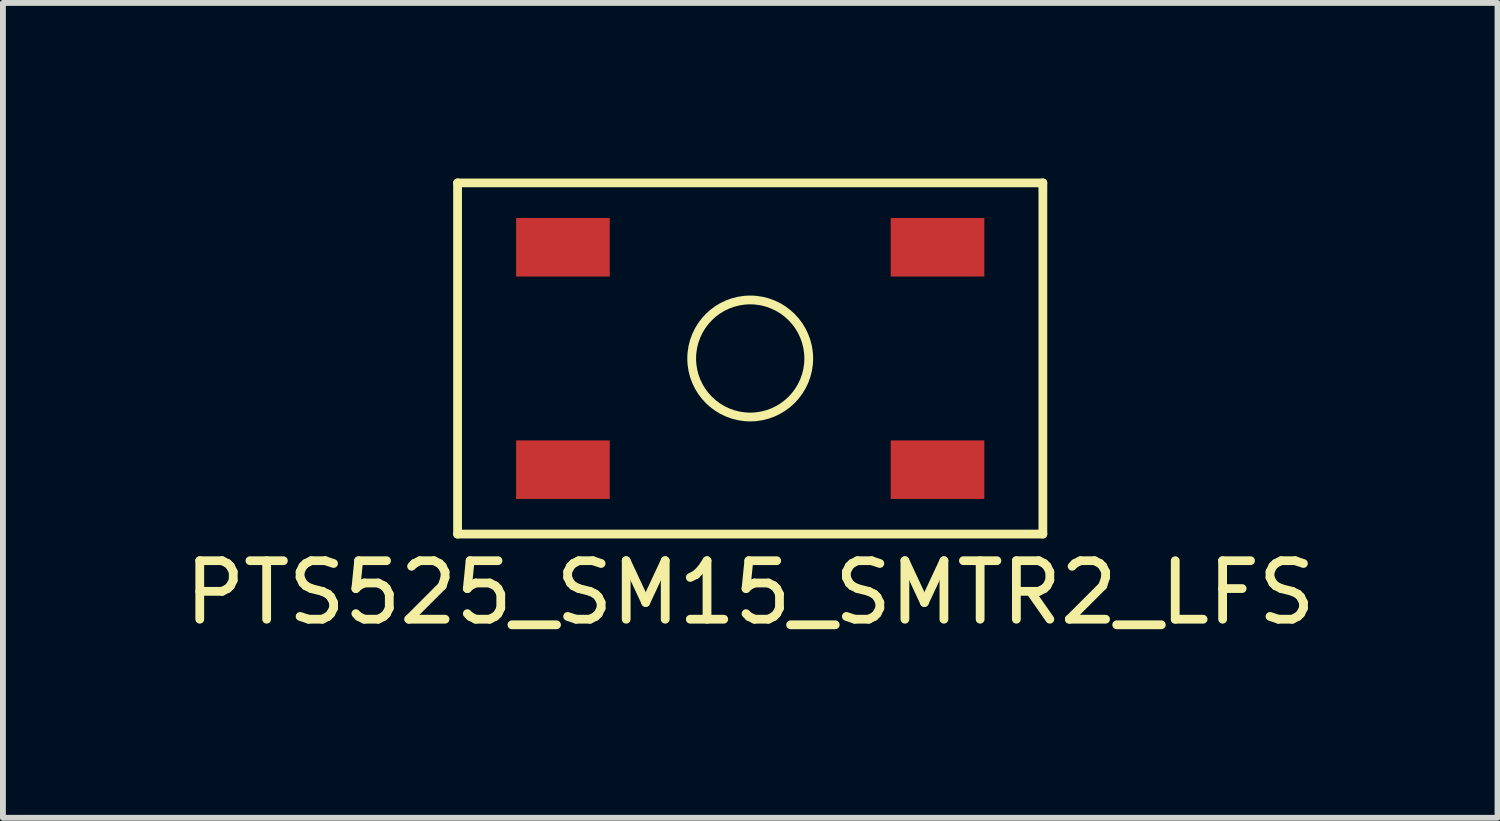
<source format=kicad_pcb>
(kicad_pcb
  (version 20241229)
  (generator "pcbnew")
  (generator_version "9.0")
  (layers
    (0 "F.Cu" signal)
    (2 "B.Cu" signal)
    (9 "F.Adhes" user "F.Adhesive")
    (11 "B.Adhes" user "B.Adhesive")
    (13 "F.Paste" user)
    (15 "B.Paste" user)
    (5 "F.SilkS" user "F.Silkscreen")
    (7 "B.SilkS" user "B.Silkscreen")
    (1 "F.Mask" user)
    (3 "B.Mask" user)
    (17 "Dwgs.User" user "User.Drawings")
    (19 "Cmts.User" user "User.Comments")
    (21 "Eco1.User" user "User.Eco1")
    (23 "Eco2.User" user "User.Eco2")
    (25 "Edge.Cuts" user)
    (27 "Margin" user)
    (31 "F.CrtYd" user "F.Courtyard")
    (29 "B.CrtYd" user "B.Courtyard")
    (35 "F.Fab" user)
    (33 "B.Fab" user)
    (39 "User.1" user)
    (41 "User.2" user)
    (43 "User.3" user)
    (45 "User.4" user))
  (footprint "PTS525_SM15_SMTR2_LFS"
    (layer "F.Cu")
    (at 9.768 3.075)
    (property "Reference" "PTS525_SM15_SMTR2_LFS" (at 0 4 0) (layer "F.SilkS") (effects (font (size 1 1) (thickness 0.15))))
    (attr through_hole)
    (fp_line (start -5 -3) (end 5 -3) (stroke (width 0.15) (type solid)) (layer "F.SilkS"))
    (fp_line (start -5 3) (end -5 -3) (stroke (width 0.15) (type solid)) (layer "F.SilkS"))
    (fp_line (start 5 -3) (end 5 3) (stroke (width 0.15) (type solid)) (layer "F.SilkS"))
    (fp_line (start 5 3) (end -5 3) (stroke (width 0.15) (type solid)) (layer "F.SilkS"))
    (fp_circle (center 0 0) (end 1 0) (stroke (width 0.15) (type solid)) (fill no) (layer "F.SilkS"))
    (pad "1" smd rect (at -3.2 -1.9) (size 1.6 1) (layers "F.Cu" "F.Mask" "F.Paste"))
    (pad "2" smd rect (at 3.2 -1.9) (size 1.6 1) (layers "F.Cu" "F.Mask" "F.Paste"))
    (pad "3" smd rect (at -3.2 1.9) (size 1.6 1) (layers "F.Cu" "F.Mask" "F.Paste"))
    (pad "4" smd rect (at 3.2 1.9) (size 1.6 1) (layers "F.Cu" "F.Mask" "F.Paste")))
  (gr_rect
    (start -3 -3)
    (end 22.536 10.923)
    (stroke (width 0.1) (type default))
    (fill no)
    (layer "Edge.Cuts")))
</source>
